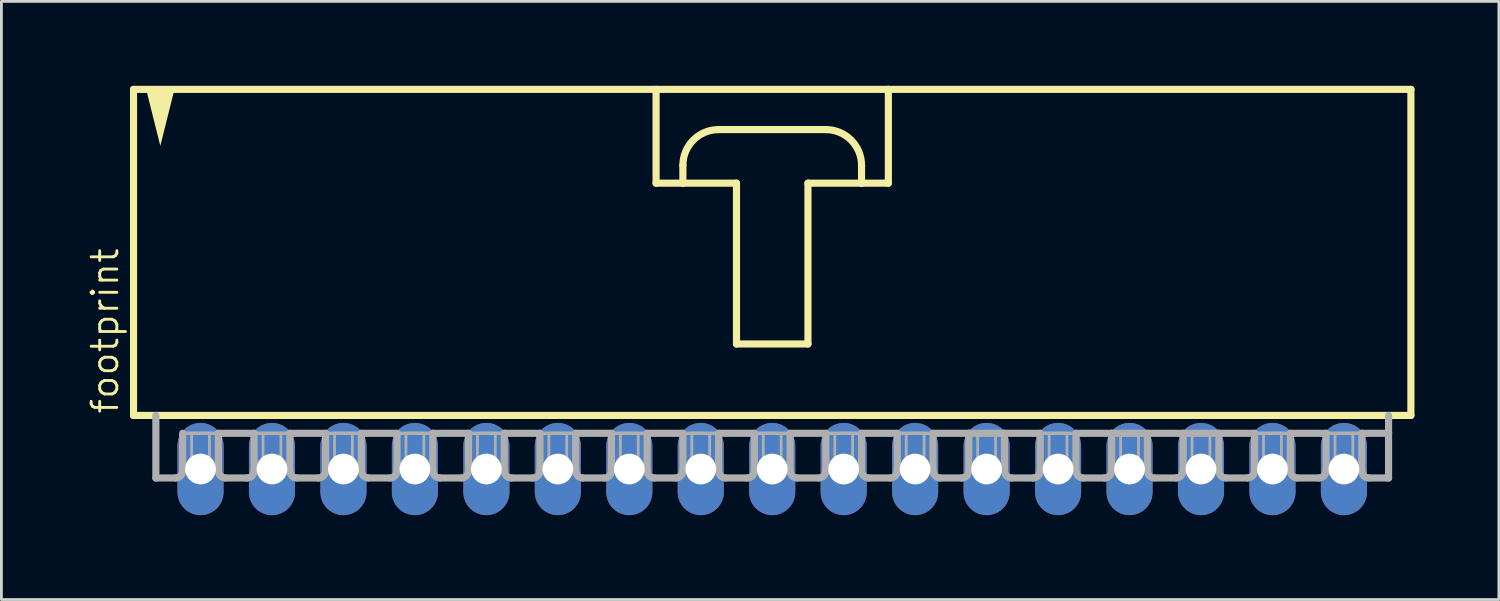
<source format=kicad_pcb>
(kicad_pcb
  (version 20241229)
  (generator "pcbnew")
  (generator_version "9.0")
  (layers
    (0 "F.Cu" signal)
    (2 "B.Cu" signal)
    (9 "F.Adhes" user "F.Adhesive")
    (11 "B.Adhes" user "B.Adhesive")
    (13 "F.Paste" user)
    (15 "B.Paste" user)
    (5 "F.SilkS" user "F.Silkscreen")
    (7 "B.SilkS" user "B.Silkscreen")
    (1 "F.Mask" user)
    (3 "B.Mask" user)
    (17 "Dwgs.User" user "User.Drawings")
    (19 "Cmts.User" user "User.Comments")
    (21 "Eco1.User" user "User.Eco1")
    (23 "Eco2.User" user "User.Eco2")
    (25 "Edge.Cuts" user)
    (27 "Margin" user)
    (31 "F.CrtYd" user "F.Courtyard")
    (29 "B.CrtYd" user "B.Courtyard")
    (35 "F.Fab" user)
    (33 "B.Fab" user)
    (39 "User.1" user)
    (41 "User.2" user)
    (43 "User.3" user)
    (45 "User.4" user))
  (footprint "footprint"
    (layer "F.Cu")
    (at 24.397 6.001)
    (property "Reference" "footprint" (at -23.177 5.715 90) (layer "F.SilkS") (effects (font (size 0.914 0.914) (thickness 0.102)) (justify left bottom)))
    (fp_line (start -22.701 -5.874) (end -22.701 5.715) (stroke (width 0.254) (type solid)) (layer "F.SilkS"))
    (fp_line (start -22.701 5.715) (end 22.701 5.715) (stroke (width 0.254) (type solid)) (layer "F.SilkS"))
    (fp_line (start -4.128 -5.874) (end -4.128 -2.54) (stroke (width 0.254) (type solid)) (layer "F.SilkS"))
    (fp_line (start -4.128 -2.54) (end -3.175 -2.54) (stroke (width 0.254) (type solid)) (layer "F.SilkS"))
    (fp_line (start -3.175 -2.54) (end -3.175 -3.175) (stroke (width 0.254) (type solid)) (layer "F.SilkS"))
    (fp_line (start -3.175 -2.54) (end -1.27 -2.54) (stroke (width 0.254) (type solid)) (layer "F.SilkS"))
    (fp_line (start -1.905 -4.445) (end 1.905 -4.445) (stroke (width 0.254) (type solid)) (layer "F.SilkS"))
    (fp_line (start -1.27 -2.54) (end -1.27 3.175) (stroke (width 0.254) (type solid)) (layer "F.SilkS"))
    (fp_line (start -1.27 3.175) (end 1.27 3.175) (stroke (width 0.254) (type solid)) (layer "F.SilkS"))
    (fp_line (start 1.27 -2.54) (end 3.175 -2.54) (stroke (width 0.254) (type solid)) (layer "F.SilkS"))
    (fp_line (start 1.27 3.175) (end 1.27 -2.54) (stroke (width 0.254) (type solid)) (layer "F.SilkS"))
    (fp_line (start 3.175 -3.175) (end 3.175 -2.54) (stroke (width 0.254) (type solid)) (layer "F.SilkS"))
    (fp_line (start 3.175 -2.54) (end 4.128 -2.54) (stroke (width 0.254) (type solid)) (layer "F.SilkS"))
    (fp_line (start 4.128 -5.874) (end -22.701 -5.874) (stroke (width 0.254) (type solid)) (layer "F.SilkS"))
    (fp_line (start 4.128 -2.54) (end 4.128 -5.874) (stroke (width 0.254) (type solid)) (layer "F.SilkS"))
    (fp_line (start 22.701 -5.874) (end 4.128 -5.874) (stroke (width 0.254) (type solid)) (layer "F.SilkS"))
    (fp_line (start 22.701 5.715) (end 22.701 -5.874) (stroke (width 0.254) (type solid)) (layer "F.SilkS"))
    (fp_arc (start -3.175 -3.175) (mid -2.803026 -4.073026) (end -1.905 -4.445) (stroke (width 0.254) (type solid)) (layer "F.SilkS"))
    (fp_arc (start 1.905 -4.445) (mid 2.803026 -4.073026) (end 3.175 -3.175) (stroke (width 0.254) (type solid)) (layer "F.SilkS"))
    (fp_poly (pts (xy -21.749 -3.864) (xy -22.258 -5.899) (xy -21.24 -5.899)) (stroke (width 0) (type solid)) (fill yes) (layer "F.SilkS"))
    (fp_line (start -21.907 5.715) (end -21.907 7.938) (stroke (width 0.254) (type solid)) (layer "F.Fab"))
    (fp_line (start -21.209 7.938) (end -21.907 7.938) (stroke (width 0.254) (type solid)) (layer "F.Fab"))
    (fp_line (start -20.955 6.35) (end -20.955 7.684) (stroke (width 0.254) (type solid)) (layer "F.Fab"))
    (fp_line (start -20.955 6.35) (end -19.685 6.35) (stroke (width 0.127) (type solid)) (layer "F.Fab"))
    (fp_line (start -19.685 6.35) (end -19.685 7.684) (stroke (width 0.254) (type solid)) (layer "F.Fab"))
    (fp_line (start -19.685 6.35) (end -18.415 6.35) (stroke (width 0.254) (type solid)) (layer "F.Fab"))
    (fp_line (start -18.669 7.938) (end -19.431 7.938) (stroke (width 0.254) (type solid)) (layer "F.Fab"))
    (fp_line (start -18.415 6.35) (end -18.415 7.684) (stroke (width 0.254) (type solid)) (layer "F.Fab"))
    (fp_line (start -18.415 6.35) (end -17.145 6.35) (stroke (width 0.127) (type solid)) (layer "F.Fab"))
    (fp_line (start -17.145 6.35) (end -17.145 7.684) (stroke (width 0.254) (type solid)) (layer "F.Fab"))
    (fp_line (start -17.145 6.35) (end -15.875 6.35) (stroke (width 0.254) (type solid)) (layer "F.Fab"))
    (fp_line (start -16.129 7.938) (end -16.891 7.938) (stroke (width 0.254) (type solid)) (layer "F.Fab"))
    (fp_line (start -15.875 6.35) (end -15.875 7.684) (stroke (width 0.254) (type solid)) (layer "F.Fab"))
    (fp_line (start -15.875 6.35) (end -14.605 6.35) (stroke (width 0.127) (type solid)) (layer "F.Fab"))
    (fp_line (start -14.605 6.35) (end -14.605 7.684) (stroke (width 0.254) (type solid)) (layer "F.Fab"))
    (fp_line (start -14.605 6.35) (end -13.335 6.35) (stroke (width 0.254) (type solid)) (layer "F.Fab"))
    (fp_line (start -13.589 7.938) (end -14.351 7.938) (stroke (width 0.254) (type solid)) (layer "F.Fab"))
    (fp_line (start -13.335 6.35) (end -13.335 7.684) (stroke (width 0.254) (type solid)) (layer "F.Fab"))
    (fp_line (start -13.335 6.35) (end -12.065 6.35) (stroke (width 0.127) (type solid)) (layer "F.Fab"))
    (fp_line (start -12.065 6.35) (end -12.065 7.684) (stroke (width 0.254) (type solid)) (layer "F.Fab"))
    (fp_line (start -12.065 6.35) (end -10.795 6.35) (stroke (width 0.254) (type solid)) (layer "F.Fab"))
    (fp_line (start -11.049 7.938) (end -11.811 7.938) (stroke (width 0.254) (type solid)) (layer "F.Fab"))
    (fp_line (start -10.795 6.35) (end -10.795 7.684) (stroke (width 0.254) (type solid)) (layer "F.Fab"))
    (fp_line (start -10.795 6.35) (end -9.525 6.35) (stroke (width 0.127) (type solid)) (layer "F.Fab"))
    (fp_line (start -9.525 6.35) (end -9.525 7.684) (stroke (width 0.254) (type solid)) (layer "F.Fab"))
    (fp_line (start -9.525 6.35) (end -8.255 6.35) (stroke (width 0.254) (type solid)) (layer "F.Fab"))
    (fp_line (start -8.509 7.938) (end -9.271 7.938) (stroke (width 0.254) (type solid)) (layer "F.Fab"))
    (fp_line (start -8.255 6.35) (end -8.255 7.684) (stroke (width 0.254) (type solid)) (layer "F.Fab"))
    (fp_line (start -8.255 6.35) (end -6.985 6.35) (stroke (width 0.127) (type solid)) (layer "F.Fab"))
    (fp_line (start -6.985 6.35) (end -6.985 7.684) (stroke (width 0.254) (type solid)) (layer "F.Fab"))
    (fp_line (start -6.985 6.35) (end -5.715 6.35) (stroke (width 0.254) (type solid)) (layer "F.Fab"))
    (fp_line (start -5.969 7.938) (end -6.731 7.938) (stroke (width 0.254) (type solid)) (layer "F.Fab"))
    (fp_line (start -5.715 6.35) (end -5.715 7.684) (stroke (width 0.254) (type solid)) (layer "F.Fab"))
    (fp_line (start -5.715 6.35) (end -4.445 6.35) (stroke (width 0.127) (type solid)) (layer "F.Fab"))
    (fp_line (start -4.445 6.35) (end -4.445 7.684) (stroke (width 0.254) (type solid)) (layer "F.Fab"))
    (fp_line (start -4.445 6.35) (end -3.175 6.35) (stroke (width 0.254) (type solid)) (layer "F.Fab"))
    (fp_line (start -3.429 7.938) (end -4.191 7.938) (stroke (width 0.254) (type solid)) (layer "F.Fab"))
    (fp_line (start -3.175 6.35) (end -3.175 7.684) (stroke (width 0.254) (type solid)) (layer "F.Fab"))
    (fp_line (start -3.175 6.35) (end -1.905 6.35) (stroke (width 0.127) (type solid)) (layer "F.Fab"))
    (fp_line (start -1.905 6.35) (end -1.905 7.684) (stroke (width 0.254) (type solid)) (layer "F.Fab"))
    (fp_line (start -1.905 6.35) (end -0.635 6.35) (stroke (width 0.254) (type solid)) (layer "F.Fab"))
    (fp_line (start -0.889 7.938) (end -1.651 7.938) (stroke (width 0.254) (type solid)) (layer "F.Fab"))
    (fp_line (start -0.635 6.35) (end -0.635 7.684) (stroke (width 0.254) (type solid)) (layer "F.Fab"))
    (fp_line (start -0.635 6.35) (end 0.635 6.35) (stroke (width 0.127) (type solid)) (layer "F.Fab"))
    (fp_line (start 0.635 6.35) (end 0.635 7.684) (stroke (width 0.254) (type solid)) (layer "F.Fab"))
    (fp_line (start 0.635 6.35) (end 1.905 6.35) (stroke (width 0.254) (type solid)) (layer "F.Fab"))
    (fp_line (start 1.651 7.938) (end 0.889 7.938) (stroke (width 0.254) (type solid)) (layer "F.Fab"))
    (fp_line (start 1.905 6.35) (end 1.905 7.684) (stroke (width 0.254) (type solid)) (layer "F.Fab"))
    (fp_line (start 1.905 6.35) (end 3.175 6.35) (stroke (width 0.127) (type solid)) (layer "F.Fab"))
    (fp_line (start 3.175 6.35) (end 3.175 7.684) (stroke (width 0.254) (type solid)) (layer "F.Fab"))
    (fp_line (start 3.175 6.35) (end 4.445 6.35) (stroke (width 0.254) (type solid)) (layer "F.Fab"))
    (fp_line (start 4.191 7.938) (end 3.429 7.938) (stroke (width 0.254) (type solid)) (layer "F.Fab"))
    (fp_line (start 4.445 6.35) (end 4.445 7.684) (stroke (width 0.254) (type solid)) (layer "F.Fab"))
    (fp_line (start 4.445 6.35) (end 5.715 6.35) (stroke (width 0.127) (type solid)) (layer "F.Fab"))
    (fp_line (start 5.715 6.35) (end 5.715 7.684) (stroke (width 0.254) (type solid)) (layer "F.Fab"))
    (fp_line (start 5.715 6.35) (end 6.985 6.35) (stroke (width 0.254) (type solid)) (layer "F.Fab"))
    (fp_line (start 6.731 7.938) (end 5.969 7.938) (stroke (width 0.254) (type solid)) (layer "F.Fab"))
    (fp_line (start 6.985 6.35) (end 6.985 7.684) (stroke (width 0.254) (type solid)) (layer "F.Fab"))
    (fp_line (start 6.985 6.35) (end 8.255 6.35) (stroke (width 0.254) (type solid)) (layer "F.Fab"))
    (fp_line (start 8.255 6.35) (end 8.255 7.684) (stroke (width 0.254) (type solid)) (layer "F.Fab"))
    (fp_line (start 8.255 6.35) (end 9.525 6.35) (stroke (width 0.254) (type solid)) (layer "F.Fab"))
    (fp_line (start 9.271 7.938) (end 8.509 7.938) (stroke (width 0.254) (type solid)) (layer "F.Fab"))
    (fp_line (start 9.525 6.35) (end 9.525 7.684) (stroke (width 0.254) (type solid)) (layer "F.Fab"))
    (fp_line (start 9.525 6.35) (end 10.795 6.35) (stroke (width 0.127) (type solid)) (layer "F.Fab"))
    (fp_line (start 10.795 6.35) (end 10.795 7.684) (stroke (width 0.254) (type solid)) (layer "F.Fab"))
    (fp_line (start 10.795 6.35) (end 12.065 6.35) (stroke (width 0.254) (type solid)) (layer "F.Fab"))
    (fp_line (start 11.811 7.938) (end 11.049 7.938) (stroke (width 0.254) (type solid)) (layer "F.Fab"))
    (fp_line (start 12.065 6.35) (end 12.065 7.684) (stroke (width 0.254) (type solid)) (layer "F.Fab"))
    (fp_line (start 12.065 6.35) (end 15.875 6.35) (stroke (width 0.254) (type solid)) (layer "F.Fab"))
    (fp_line (start 13.335 6.35) (end 13.335 7.684) (stroke (width 0.254) (type solid)) (layer "F.Fab"))
    (fp_line (start 14.351 7.938) (end 13.589 7.938) (stroke (width 0.254) (type solid)) (layer "F.Fab"))
    (fp_line (start 14.605 6.35) (end 14.605 7.684) (stroke (width 0.254) (type solid)) (layer "F.Fab"))
    (fp_line (start 15.875 6.35) (end 15.875 7.684) (stroke (width 0.254) (type solid)) (layer "F.Fab"))
    (fp_line (start 15.875 6.35) (end 17.145 6.35) (stroke (width 0.254) (type solid)) (layer "F.Fab"))
    (fp_line (start 16.129 7.938) (end 16.891 7.938) (stroke (width 0.254) (type solid)) (layer "F.Fab"))
    (fp_line (start 17.145 6.35) (end 18.415 6.35) (stroke (width 0.127) (type solid)) (layer "F.Fab"))
    (fp_line (start 17.145 7.684) (end 17.145 6.35) (stroke (width 0.254) (type solid)) (layer "F.Fab"))
    (fp_line (start 18.415 6.35) (end 18.415 7.684) (stroke (width 0.254) (type solid)) (layer "F.Fab"))
    (fp_line (start 18.415 6.35) (end 19.685 6.35) (stroke (width 0.254) (type solid)) (layer "F.Fab"))
    (fp_line (start 18.669 7.938) (end 19.431 7.938) (stroke (width 0.254) (type solid)) (layer "F.Fab"))
    (fp_line (start 19.685 6.35) (end 20.955 6.35) (stroke (width 0.127) (type solid)) (layer "F.Fab"))
    (fp_line (start 19.685 7.684) (end 19.685 6.35) (stroke (width 0.254) (type solid)) (layer "F.Fab"))
    (fp_line (start 20.955 6.35) (end 20.955 7.684) (stroke (width 0.254) (type solid)) (layer "F.Fab"))
    (fp_line (start 20.955 6.35) (end 21.907 6.35) (stroke (width 0.254) (type solid)) (layer "F.Fab"))
    (fp_line (start 21.209 7.938) (end 21.907 7.938) (stroke (width 0.254) (type solid)) (layer "F.Fab"))
    (fp_line (start 21.907 6.35) (end 21.907 5.715) (stroke (width 0.254) (type solid)) (layer "F.Fab"))
    (fp_line (start 21.907 7.938) (end 21.907 6.35) (stroke (width 0.254) (type solid)) (layer "F.Fab"))
    (fp_arc (start -20.955 7.6835) (mid -21.029395 7.863105) (end -21.209 7.9375) (stroke (width 0.254) (type solid)) (layer "F.Fab"))
    (fp_arc (start -19.431 7.9375) (mid -19.610605 7.863105) (end -19.685 7.6835) (stroke (width 0.254) (type solid)) (layer "F.Fab"))
    (fp_arc (start -18.415 7.6835) (mid -18.489395 7.863105) (end -18.669 7.9375) (stroke (width 0.254) (type solid)) (layer "F.Fab"))
    (fp_arc (start -16.891 7.9375) (mid -17.070605 7.863105) (end -17.145 7.6835) (stroke (width 0.254) (type solid)) (layer "F.Fab"))
    (fp_arc (start -15.875 7.6835) (mid -15.949395 7.863105) (end -16.129 7.9375) (stroke (width 0.254) (type solid)) (layer "F.Fab"))
    (fp_arc (start -14.351 7.9375) (mid -14.530605 7.863105) (end -14.605 7.6835) (stroke (width 0.254) (type solid)) (layer "F.Fab"))
    (fp_arc (start -13.335 7.6835) (mid -13.409395 7.863105) (end -13.589 7.9375) (stroke (width 0.254) (type solid)) (layer "F.Fab"))
    (fp_arc (start -11.811 7.9375) (mid -11.990605 7.863105) (end -12.065 7.6835) (stroke (width 0.254) (type solid)) (layer "F.Fab"))
    (fp_arc (start -10.795 7.6835) (mid -10.869395 7.863105) (end -11.049 7.9375) (stroke (width 0.254) (type solid)) (layer "F.Fab"))
    (fp_arc (start -9.271 7.9375) (mid -9.450605 7.863105) (end -9.525 7.6835) (stroke (width 0.254) (type solid)) (layer "F.Fab"))
    (fp_arc (start -8.255 7.6835) (mid -8.329395 7.863105) (end -8.509 7.9375) (stroke (width 0.254) (type solid)) (layer "F.Fab"))
    (fp_arc (start -6.731 7.9375) (mid -6.910605 7.863105) (end -6.985 7.6835) (stroke (width 0.254) (type solid)) (layer "F.Fab"))
    (fp_arc (start -5.715 7.6835) (mid -5.789395 7.863105) (end -5.969 7.9375) (stroke (width 0.254) (type solid)) (layer "F.Fab"))
    (fp_arc (start -4.191 7.9375) (mid -4.370605 7.863105) (end -4.445 7.6835) (stroke (width 0.254) (type solid)) (layer "F.Fab"))
    (fp_arc (start -3.175 7.6835) (mid -3.249395 7.863105) (end -3.429 7.9375) (stroke (width 0.254) (type solid)) (layer "F.Fab"))
    (fp_arc (start -1.651 7.9375) (mid -1.830605 7.863105) (end -1.905 7.6835) (stroke (width 0.254) (type solid)) (layer "F.Fab"))
    (fp_arc (start -0.635 7.6835) (mid -0.709395 7.863105) (end -0.889 7.9375) (stroke (width 0.254) (type solid)) (layer "F.Fab"))
    (fp_arc (start 0.889 7.9375) (mid 0.709395 7.863105) (end 0.635 7.6835) (stroke (width 0.254) (type solid)) (layer "F.Fab"))
    (fp_arc (start 1.905 7.6835) (mid 1.830605 7.863105) (end 1.651 7.9375) (stroke (width 0.254) (type solid)) (layer "F.Fab"))
    (fp_arc (start 3.429 7.9375) (mid 3.249395 7.863105) (end 3.175 7.6835) (stroke (width 0.254) (type solid)) (layer "F.Fab"))
    (fp_arc (start 4.445 7.6835) (mid 4.370605 7.863105) (end 4.191 7.9375) (stroke (width 0.254) (type solid)) (layer "F.Fab"))
    (fp_arc (start 5.969 7.9375) (mid 5.789395 7.863105) (end 5.715 7.6835) (stroke (width 0.254) (type solid)) (layer "F.Fab"))
    (fp_arc (start 6.985 7.6835) (mid 6.910605 7.863105) (end 6.731 7.9375) (stroke (width 0.254) (type solid)) (layer "F.Fab"))
    (fp_arc (start 8.509 7.9375) (mid 8.329395 7.863105) (end 8.255 7.6835) (stroke (width 0.254) (type solid)) (layer "F.Fab"))
    (fp_arc (start 9.525 7.6835) (mid 9.450605 7.863105) (end 9.271 7.9375) (stroke (width 0.254) (type solid)) (layer "F.Fab"))
    (fp_arc (start 11.049 7.9375) (mid 10.869395 7.863105) (end 10.795 7.6835) (stroke (width 0.254) (type solid)) (layer "F.Fab"))
    (fp_arc (start 12.065 7.6835) (mid 11.990605 7.863105) (end 11.811 7.9375) (stroke (width 0.254) (type solid)) (layer "F.Fab"))
    (fp_arc (start 13.589 7.9375) (mid 13.409395 7.863105) (end 13.335 7.6835) (stroke (width 0.254) (type solid)) (layer "F.Fab"))
    (fp_arc (start 14.605 7.6835) (mid 14.530605 7.863105) (end 14.351 7.9375) (stroke (width 0.254) (type solid)) (layer "F.Fab"))
    (fp_arc (start 16.129 7.9375) (mid 15.949395 7.863105) (end 15.875 7.6835) (stroke (width 0.254) (type solid)) (layer "F.Fab"))
    (fp_arc (start 17.145 7.6835) (mid 17.070605 7.863105) (end 16.891 7.9375) (stroke (width 0.254) (type solid)) (layer "F.Fab"))
    (fp_arc (start 18.669 7.9375) (mid 18.489395 7.863105) (end 18.415 7.6835) (stroke (width 0.254) (type solid)) (layer "F.Fab"))
    (fp_arc (start 19.685 7.6835) (mid 19.610605 7.863105) (end 19.431 7.9375) (stroke (width 0.254) (type solid)) (layer "F.Fab"))
    (fp_arc (start 21.209 7.9375) (mid 21.029395 7.863105) (end 20.955 7.6835) (stroke (width 0.254) (type solid)) (layer "F.Fab"))
    (fp_poly (pts (xy -20.637 7.62) (xy -20.003 7.62) (xy -20.003 6.35) (xy -20.637 6.35)) (stroke (width 0.1) (type solid)) (fill no) (layer "F.Fab"))
    (fp_poly (pts (xy -18.098 7.62) (xy -17.462 7.62) (xy -17.462 6.35) (xy -18.098 6.35)) (stroke (width 0.1) (type solid)) (fill no) (layer "F.Fab"))
    (fp_poly (pts (xy -15.557 7.62) (xy -14.922 7.62) (xy -14.922 6.35) (xy -15.557 6.35)) (stroke (width 0.1) (type solid)) (fill no) (layer "F.Fab"))
    (fp_poly (pts (xy -13.018 7.62) (xy -12.383 7.62) (xy -12.383 6.35) (xy -13.018 6.35)) (stroke (width 0.1) (type solid)) (fill no) (layer "F.Fab"))
    (fp_poly (pts (xy -10.477 7.62) (xy -9.842 7.62) (xy -9.842 6.35) (xy -10.477 6.35)) (stroke (width 0.1) (type solid)) (fill no) (layer "F.Fab"))
    (fp_poly (pts (xy -7.938 7.62) (xy -7.303 7.62) (xy -7.303 6.35) (xy -7.938 6.35)) (stroke (width 0.1) (type solid)) (fill no) (layer "F.Fab"))
    (fp_poly (pts (xy -5.397 7.62) (xy -4.763 7.62) (xy -4.763 6.35) (xy -5.397 6.35)) (stroke (width 0.1) (type solid)) (fill no) (layer "F.Fab"))
    (fp_poly (pts (xy -2.857 7.62) (xy -2.223 7.62) (xy -2.223 6.35) (xy -2.857 6.35)) (stroke (width 0.1) (type solid)) (fill no) (layer "F.Fab"))
    (fp_poly (pts (xy -0.318 7.62) (xy 0.318 7.62) (xy 0.318 6.35) (xy -0.318 6.35)) (stroke (width 0.1) (type solid)) (fill no) (layer "F.Fab"))
    (fp_poly (pts (xy 2.223 7.62) (xy 2.857 7.62) (xy 2.857 6.35) (xy 2.223 6.35)) (stroke (width 0.1) (type solid)) (fill no) (layer "F.Fab"))
    (fp_poly (pts (xy 4.763 7.62) (xy 5.397 7.62) (xy 5.397 6.35) (xy 4.763 6.35)) (stroke (width 0.1) (type solid)) (fill no) (layer "F.Fab"))
    (fp_poly (pts (xy 7.303 7.62) (xy 7.938 7.62) (xy 7.938 6.35) (xy 7.303 6.35)) (stroke (width 0.1) (type solid)) (fill no) (layer "F.Fab"))
    (fp_poly (pts (xy 9.842 7.62) (xy 10.477 7.62) (xy 10.477 6.35) (xy 9.842 6.35)) (stroke (width 0.1) (type solid)) (fill no) (layer "F.Fab"))
    (fp_poly (pts (xy 12.383 7.62) (xy 13.018 7.62) (xy 13.018 6.35) (xy 12.383 6.35)) (stroke (width 0.1) (type solid)) (fill no) (layer "F.Fab"))
    (fp_poly (pts (xy 14.922 7.62) (xy 15.557 7.62) (xy 15.557 6.35) (xy 14.922 6.35)) (stroke (width 0.1) (type solid)) (fill no) (layer "F.Fab"))
    (fp_poly (pts (xy 17.462 7.62) (xy 18.098 7.62) (xy 18.098 6.35) (xy 17.462 6.35)) (stroke (width 0.1) (type solid)) (fill no) (layer "F.Fab"))
    (fp_poly (pts (xy 20.003 7.62) (xy 20.637 7.62) (xy 20.637 6.35) (xy 20.003 6.35)) (stroke (width 0.1) (type solid)) (fill no) (layer "F.Fab"))
    (pad "1" thru_hole oval (at -20.32 7.62 90) (size 3.277 1.638) (drill 1.092) (layers "*.Cu" "*.Mask"))
    (pad "2" thru_hole oval (at -17.78 7.62 90) (size 3.277 1.638) (drill 1.092) (layers "*.Cu" "*.Mask"))
    (pad "3" thru_hole oval (at -15.24 7.62 270) (size 3.277 1.638) (drill 1.092) (layers "*.Cu" "*.Mask"))
    (pad "4" thru_hole oval (at -12.7 7.62 270) (size 3.277 1.638) (drill 1.092) (layers "*.Cu" "*.Mask"))
    (pad "5" thru_hole oval (at -10.16 7.62 90) (size 3.277 1.638) (drill 1.092) (layers "*.Cu" "*.Mask"))
    (pad "6" thru_hole oval (at -7.62 7.62 90) (size 3.277 1.638) (drill 1.092) (layers "*.Cu" "*.Mask"))
    (pad "7" thru_hole oval (at -5.08 7.62 90) (size 3.277 1.638) (drill 1.092) (layers "*.Cu" "*.Mask"))
    (pad "8" thru_hole oval (at -2.54 7.62 90) (size 3.277 1.638) (drill 1.092) (layers "*.Cu" "*.Mask"))
    (pad "9" thru_hole oval (at 0 7.62 90) (size 3.277 1.638) (drill 1.092) (layers "*.Cu" "*.Mask"))
    (pad "10" thru_hole oval (at 2.54 7.62 90) (size 3.277 1.638) (drill 1.092) (layers "*.Cu" "*.Mask"))
    (pad "11" thru_hole oval (at 5.08 7.62 90) (size 3.277 1.638) (drill 1.092) (layers "*.Cu" "*.Mask"))
    (pad "12" thru_hole oval (at 7.62 7.62 90) (size 3.277 1.638) (drill 1.092) (layers "*.Cu" "*.Mask"))
    (pad "13" thru_hole oval (at 10.16 7.62 90) (size 3.277 1.638) (drill 1.092) (layers "*.Cu" "*.Mask"))
    (pad "14" thru_hole oval (at 12.7 7.62 90) (size 3.277 1.638) (drill 1.092) (layers "*.Cu" "*.Mask"))
    (pad "15" thru_hole oval (at 15.24 7.62 90) (size 3.277 1.638) (drill 1.092) (layers "*.Cu" "*.Mask"))
    (pad "16" thru_hole oval (at 17.78 7.62 90) (size 3.277 1.638) (drill 1.092) (layers "*.Cu" "*.Mask"))
    (pad "17" thru_hole oval (at 20.32 7.62 90) (size 3.277 1.638) (drill 1.092) (layers "*.Cu" "*.Mask")))
  (gr_rect
    (start -3 -3)
    (end 50.225 18.259)
    (stroke (width 0.1) (type default))
    (fill no)
    (layer "Edge.Cuts")))
</source>
